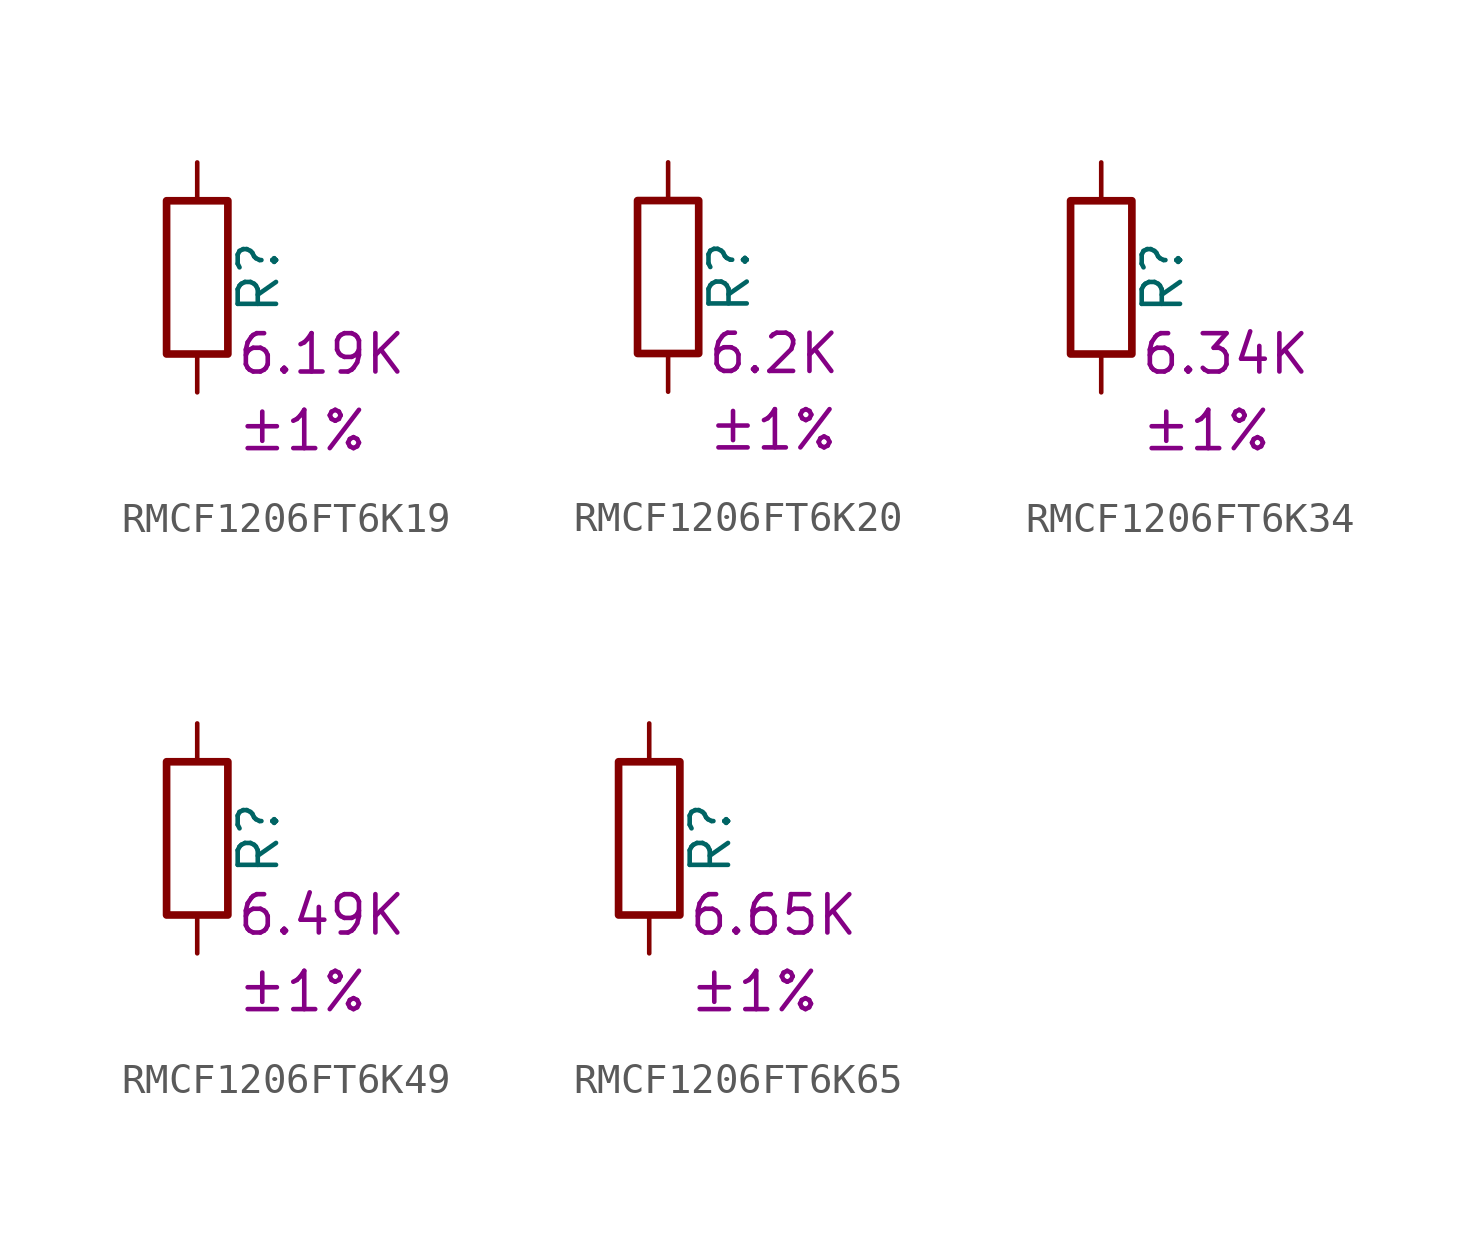
<source format=kicad_sym>
(kicad_symbol_lib
  (version 20220914)
  (generator kicad_symbol_editor)
  (symbol "RMCF1206FT6K19"
    (pin_numbers hide)
    (pin_names
      (offset 0))
    (property "Reference" "R"
      (at 2.032 0 90)
      (effects (font (size 1.27 1.27))))
    (property "Resistance" "6.19K"
      (at 1.27 -2.54 0)
      (effects (font (size 1.27 1.27)) (justify left)))
    (property "Tolerance" "±1%"
      (at 1.27 -5.08 0)
      (effects (font (size 1.27 1.27)) (justify left)))
    (symbol "RMCF1206FT6K19_0_1"
      (rectangle (start -1.016 -2.54) (end 1.016 2.54) (stroke (width 0.254) (type default)) (fill (type none))))
    (symbol "RMCF1206FT6K19_1_1"
      (pin passive line (at 0 3.81 270) (length 1.27) (name "~" (effects (font (size 1.27 1.27)))) (number "1" (effects (font (size 1.27 1.27)))))
      (pin passive line (at 0 -3.81 90) (length 1.27) (name "~" (effects (font (size 1.27 1.27)))) (number "2" (effects (font (size 1.27 1.27)))))))
  (symbol "RMCF1206FT6K20"
    (pin_numbers hide)
    (pin_names
      (offset 0))
    (property "Reference" "R"
      (at 2.032 0 90)
      (effects (font (size 1.27 1.27))))
    (property "Resistance" "6.2K"
      (at 1.27 -2.54 0)
      (effects (font (size 1.27 1.27)) (justify left)))
    (property "Tolerance" "±1%"
      (at 1.27 -5.08 0)
      (effects (font (size 1.27 1.27)) (justify left)))
    (symbol "RMCF1206FT6K20_0_1"
      (rectangle (start -1.016 -2.54) (end 1.016 2.54) (stroke (width 0.254) (type default)) (fill (type none))))
    (symbol "RMCF1206FT6K20_1_1"
      (pin passive line (at 0 3.81 270) (length 1.27) (name "~" (effects (font (size 1.27 1.27)))) (number "1" (effects (font (size 1.27 1.27)))))
      (pin passive line (at 0 -3.81 90) (length 1.27) (name "~" (effects (font (size 1.27 1.27)))) (number "2" (effects (font (size 1.27 1.27)))))))
  (symbol "RMCF1206FT6K34"
    (pin_numbers hide)
    (pin_names
      (offset 0))
    (property "Reference" "R"
      (at 2.032 0 90)
      (effects (font (size 1.27 1.27))))
    (property "Resistance" "6.34K"
      (at 1.27 -2.54 0)
      (effects (font (size 1.27 1.27)) (justify left)))
    (property "Tolerance" "±1%"
      (at 1.27 -5.08 0)
      (effects (font (size 1.27 1.27)) (justify left)))
    (symbol "RMCF1206FT6K34_0_1"
      (rectangle (start -1.016 -2.54) (end 1.016 2.54) (stroke (width 0.254) (type default)) (fill (type none))))
    (symbol "RMCF1206FT6K34_1_1"
      (pin passive line (at 0 3.81 270) (length 1.27) (name "~" (effects (font (size 1.27 1.27)))) (number "1" (effects (font (size 1.27 1.27)))))
      (pin passive line (at 0 -3.81 90) (length 1.27) (name "~" (effects (font (size 1.27 1.27)))) (number "2" (effects (font (size 1.27 1.27)))))))
  (symbol "RMCF1206FT6K49"
    (pin_numbers hide)
    (pin_names
      (offset 0))
    (property "Reference" "R"
      (at 2.032 0 90)
      (effects (font (size 1.27 1.27))))
    (property "Resistance" "6.49K"
      (at 1.27 -2.54 0)
      (effects (font (size 1.27 1.27)) (justify left)))
    (property "Tolerance" "±1%"
      (at 1.27 -5.08 0)
      (effects (font (size 1.27 1.27)) (justify left)))
    (symbol "RMCF1206FT6K49_0_1"
      (rectangle (start -1.016 -2.54) (end 1.016 2.54) (stroke (width 0.254) (type default)) (fill (type none))))
    (symbol "RMCF1206FT6K49_1_1"
      (pin passive line (at 0 3.81 270) (length 1.27) (name "~" (effects (font (size 1.27 1.27)))) (number "1" (effects (font (size 1.27 1.27)))))
      (pin passive line (at 0 -3.81 90) (length 1.27) (name "~" (effects (font (size 1.27 1.27)))) (number "2" (effects (font (size 1.27 1.27)))))))
  (symbol "RMCF1206FT6K65"
    (pin_numbers hide)
    (pin_names
      (offset 0))
    (property "Reference" "R"
      (at 2.032 0 90)
      (effects (font (size 1.27 1.27))))
    (property "Resistance" "6.65K"
      (at 1.27 -2.54 0)
      (effects (font (size 1.27 1.27)) (justify left)))
    (property "Tolerance" "±1%"
      (at 1.27 -5.08 0)
      (effects (font (size 1.27 1.27)) (justify left)))
    (symbol "RMCF1206FT6K65_0_1"
      (rectangle (start -1.016 -2.54) (end 1.016 2.54) (stroke (width 0.254) (type default)) (fill (type none))))
    (symbol "RMCF1206FT6K65_1_1"
      (pin passive line (at 0 3.81 270) (length 1.27) (name "~" (effects (font (size 1.27 1.27)))) (number "1" (effects (font (size 1.27 1.27)))))
      (pin passive line (at 0 -3.81 90) (length 1.27) (name "~" (effects (font (size 1.27 1.27)))) (number "2" (effects (font (size 1.27 1.27))))))))
</source>
